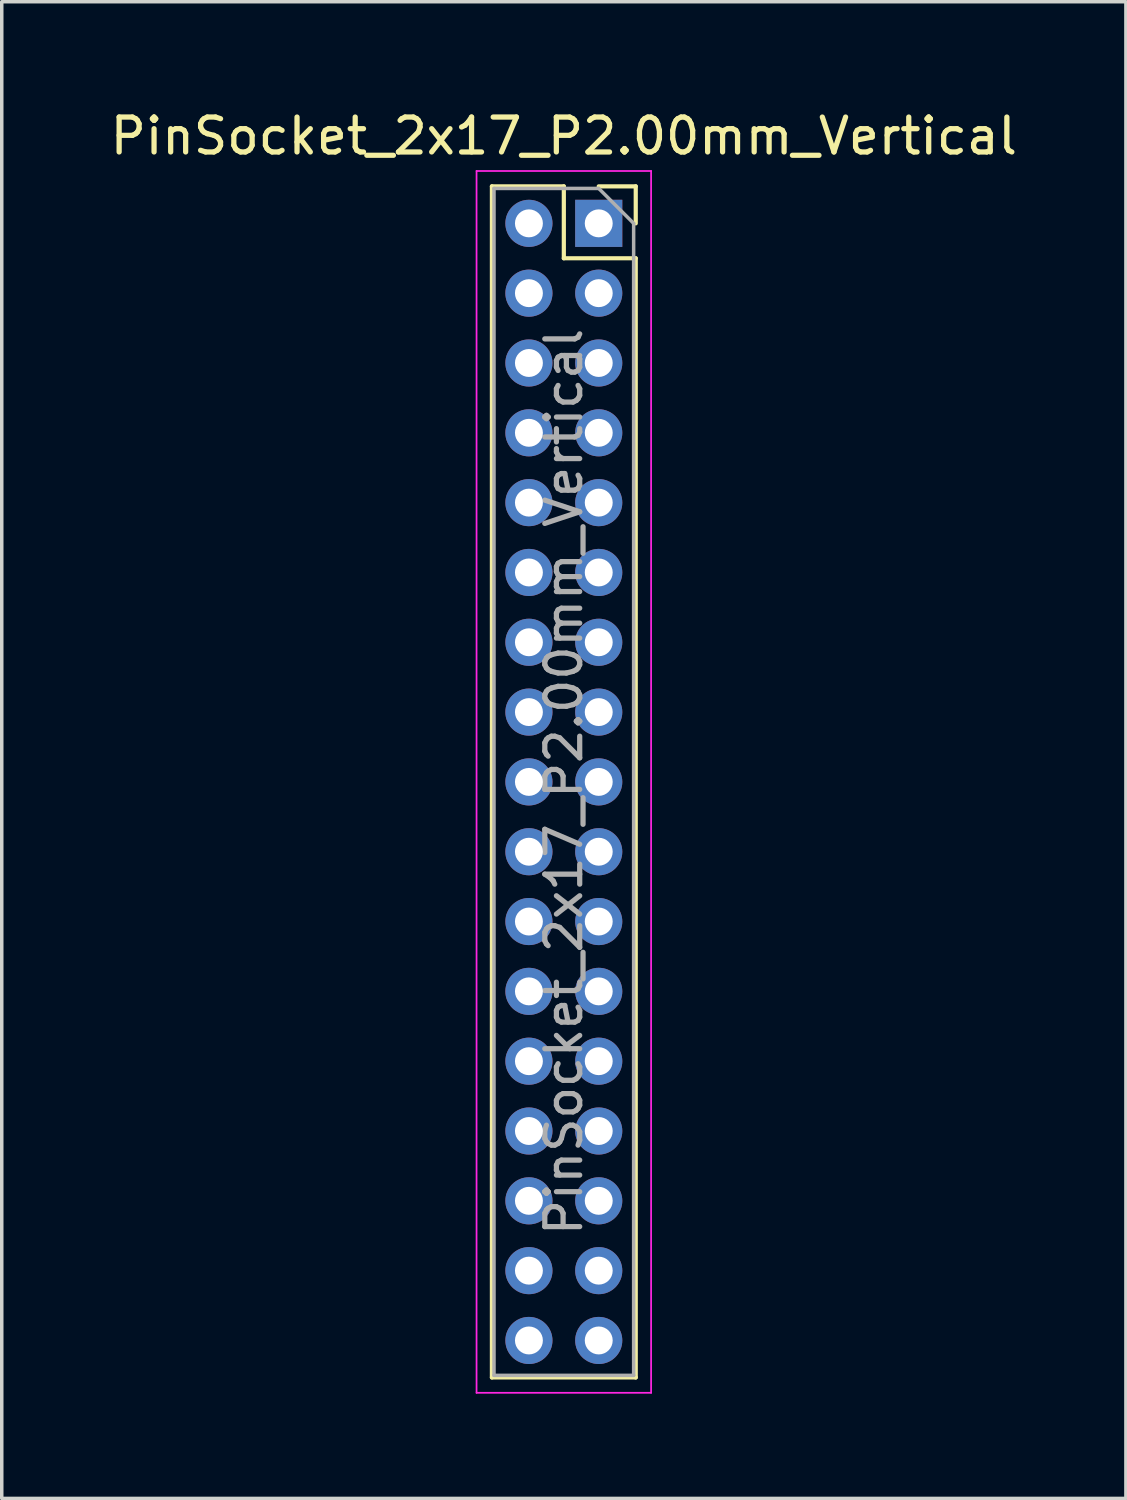
<source format=kicad_pcb>
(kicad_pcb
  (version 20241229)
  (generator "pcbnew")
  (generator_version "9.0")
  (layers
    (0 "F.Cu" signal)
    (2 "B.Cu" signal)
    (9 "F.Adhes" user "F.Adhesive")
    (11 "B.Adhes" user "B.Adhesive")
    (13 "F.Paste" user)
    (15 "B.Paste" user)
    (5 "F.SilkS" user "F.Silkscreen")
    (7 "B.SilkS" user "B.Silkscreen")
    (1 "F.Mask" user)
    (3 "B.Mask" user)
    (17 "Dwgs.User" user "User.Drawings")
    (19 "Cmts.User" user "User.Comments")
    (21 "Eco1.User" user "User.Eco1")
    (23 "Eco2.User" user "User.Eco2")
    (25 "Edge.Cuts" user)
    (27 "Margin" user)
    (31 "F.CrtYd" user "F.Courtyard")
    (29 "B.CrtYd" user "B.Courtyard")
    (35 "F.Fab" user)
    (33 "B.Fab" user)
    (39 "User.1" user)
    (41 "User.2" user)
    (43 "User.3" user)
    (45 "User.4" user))
  (footprint "PinSocket_2x17_P2.00mm_Vertical"
    (layer "F.Cu")
    (at 14.101 3.348)
    (property "Reference" "PinSocket_2x17_P2.00mm_Vertical" (at -1 -2.5 0) (layer "F.SilkS") (effects (font (size 1 1) (thickness 0.15))))
    (attr through_hole)
    (fp_line (start -3.06 -1.06) (end -3.06 33.06) (stroke (width 0.12) (type solid)) (layer "F.SilkS"))
    (fp_line (start -3.06 -1.06) (end -1 -1.06) (stroke (width 0.12) (type solid)) (layer "F.SilkS"))
    (fp_line (start -3.06 33.06) (end 1.06 33.06) (stroke (width 0.12) (type solid)) (layer "F.SilkS"))
    (fp_line (start -1 -1.06) (end -1 1) (stroke (width 0.12) (type solid)) (layer "F.SilkS"))
    (fp_line (start -1 1) (end 1.06 1) (stroke (width 0.12) (type solid)) (layer "F.SilkS"))
    (fp_line (start 0 -1.06) (end 1.06 -1.06) (stroke (width 0.12) (type solid)) (layer "F.SilkS"))
    (fp_line (start 1.06 -1.06) (end 1.06 0) (stroke (width 0.12) (type solid)) (layer "F.SilkS"))
    (fp_line (start 1.06 1) (end 1.06 33.06) (stroke (width 0.12) (type solid)) (layer "F.SilkS"))
    (fp_line (start -3.5 -1.5) (end 1.5 -1.5) (stroke (width 0.05) (type solid)) (layer "F.CrtYd"))
    (fp_line (start -3.5 33.5) (end -3.5 -1.5) (stroke (width 0.05) (type solid)) (layer "F.CrtYd"))
    (fp_line (start 1.5 -1.5) (end 1.5 33.5) (stroke (width 0.05) (type solid)) (layer "F.CrtYd"))
    (fp_line (start 1.5 33.5) (end -3.5 33.5) (stroke (width 0.05) (type solid)) (layer "F.CrtYd"))
    (fp_line (start -3 -1) (end 0 -1) (stroke (width 0.1) (type solid)) (layer "F.Fab"))
    (fp_line (start -3 33) (end -3 -1) (stroke (width 0.1) (type solid)) (layer "F.Fab"))
    (fp_line (start 0 -1) (end 1 0) (stroke (width 0.1) (type solid)) (layer "F.Fab"))
    (fp_line (start 1 0) (end 1 33) (stroke (width 0.1) (type solid)) (layer "F.Fab"))
    (fp_line (start 1 33) (end -3 33) (stroke (width 0.1) (type solid)) (layer "F.Fab"))
    (fp_text user "${REFERENCE}" (at -1 16 90) (layer "F.Fab") (effects (font (size 1 1) (thickness 0.15))))
    (pad "1" thru_hole rect (at 0 0) (size 1.35 1.35) (drill 0.8) (layers "*.Cu" "*.Mask"))
    (pad "2" thru_hole circle (at -2 0) (size 1.35 1.35) (drill 0.8) (layers "*.Cu" "*.Mask"))
    (pad "3" thru_hole circle (at 0 2) (size 1.35 1.35) (drill 0.8) (layers "*.Cu" "*.Mask"))
    (pad "4" thru_hole circle (at -2 2) (size 1.35 1.35) (drill 0.8) (layers "*.Cu" "*.Mask"))
    (pad "5" thru_hole circle (at 0 4) (size 1.35 1.35) (drill 0.8) (layers "*.Cu" "*.Mask"))
    (pad "6" thru_hole circle (at -2 4) (size 1.35 1.35) (drill 0.8) (layers "*.Cu" "*.Mask"))
    (pad "7" thru_hole circle (at 0 6) (size 1.35 1.35) (drill 0.8) (layers "*.Cu" "*.Mask"))
    (pad "8" thru_hole circle (at -2 6) (size 1.35 1.35) (drill 0.8) (layers "*.Cu" "*.Mask"))
    (pad "9" thru_hole circle (at 0 8) (size 1.35 1.35) (drill 0.8) (layers "*.Cu" "*.Mask"))
    (pad "10" thru_hole circle (at -2 8) (size 1.35 1.35) (drill 0.8) (layers "*.Cu" "*.Mask"))
    (pad "11" thru_hole circle (at 0 10) (size 1.35 1.35) (drill 0.8) (layers "*.Cu" "*.Mask"))
    (pad "12" thru_hole circle (at -2 10) (size 1.35 1.35) (drill 0.8) (layers "*.Cu" "*.Mask"))
    (pad "13" thru_hole circle (at 0 12) (size 1.35 1.35) (drill 0.8) (layers "*.Cu" "*.Mask"))
    (pad "14" thru_hole circle (at -2 12) (size 1.35 1.35) (drill 0.8) (layers "*.Cu" "*.Mask"))
    (pad "15" thru_hole circle (at 0 14) (size 1.35 1.35) (drill 0.8) (layers "*.Cu" "*.Mask"))
    (pad "16" thru_hole circle (at -2 14) (size 1.35 1.35) (drill 0.8) (layers "*.Cu" "*.Mask"))
    (pad "17" thru_hole circle (at 0 16) (size 1.35 1.35) (drill 0.8) (layers "*.Cu" "*.Mask"))
    (pad "18" thru_hole circle (at -2 16) (size 1.35 1.35) (drill 0.8) (layers "*.Cu" "*.Mask"))
    (pad "19" thru_hole circle (at 0 18) (size 1.35 1.35) (drill 0.8) (layers "*.Cu" "*.Mask"))
    (pad "20" thru_hole circle (at -2 18) (size 1.35 1.35) (drill 0.8) (layers "*.Cu" "*.Mask"))
    (pad "21" thru_hole circle (at 0 20) (size 1.35 1.35) (drill 0.8) (layers "*.Cu" "*.Mask"))
    (pad "22" thru_hole circle (at -2 20) (size 1.35 1.35) (drill 0.8) (layers "*.Cu" "*.Mask"))
    (pad "23" thru_hole circle (at 0 22) (size 1.35 1.35) (drill 0.8) (layers "*.Cu" "*.Mask"))
    (pad "24" thru_hole circle (at -2 22) (size 1.35 1.35) (drill 0.8) (layers "*.Cu" "*.Mask"))
    (pad "25" thru_hole circle (at 0 24) (size 1.35 1.35) (drill 0.8) (layers "*.Cu" "*.Mask"))
    (pad "26" thru_hole circle (at -2 24) (size 1.35 1.35) (drill 0.8) (layers "*.Cu" "*.Mask"))
    (pad "27" thru_hole circle (at 0 26) (size 1.35 1.35) (drill 0.8) (layers "*.Cu" "*.Mask"))
    (pad "28" thru_hole circle (at -2 26) (size 1.35 1.35) (drill 0.8) (layers "*.Cu" "*.Mask"))
    (pad "29" thru_hole circle (at 0 28) (size 1.35 1.35) (drill 0.8) (layers "*.Cu" "*.Mask"))
    (pad "30" thru_hole circle (at -2 28) (size 1.35 1.35) (drill 0.8) (layers "*.Cu" "*.Mask"))
    (pad "31" thru_hole circle (at 0 30) (size 1.35 1.35) (drill 0.8) (layers "*.Cu" "*.Mask"))
    (pad "32" thru_hole circle (at -2 30) (size 1.35 1.35) (drill 0.8) (layers "*.Cu" "*.Mask"))
    (pad "33" thru_hole circle (at 0 32) (size 1.35 1.35) (drill 0.8) (layers "*.Cu" "*.Mask"))
    (pad "34" thru_hole circle (at -2 32) (size 1.35 1.35) (drill 0.8) (layers "*.Cu" "*.Mask")))
  (gr_rect
    (start -3 -3)
    (end 29.202 39.873)
    (stroke (width 0.1) (type default))
    (fill no)
    (layer "Edge.Cuts")))
</source>
